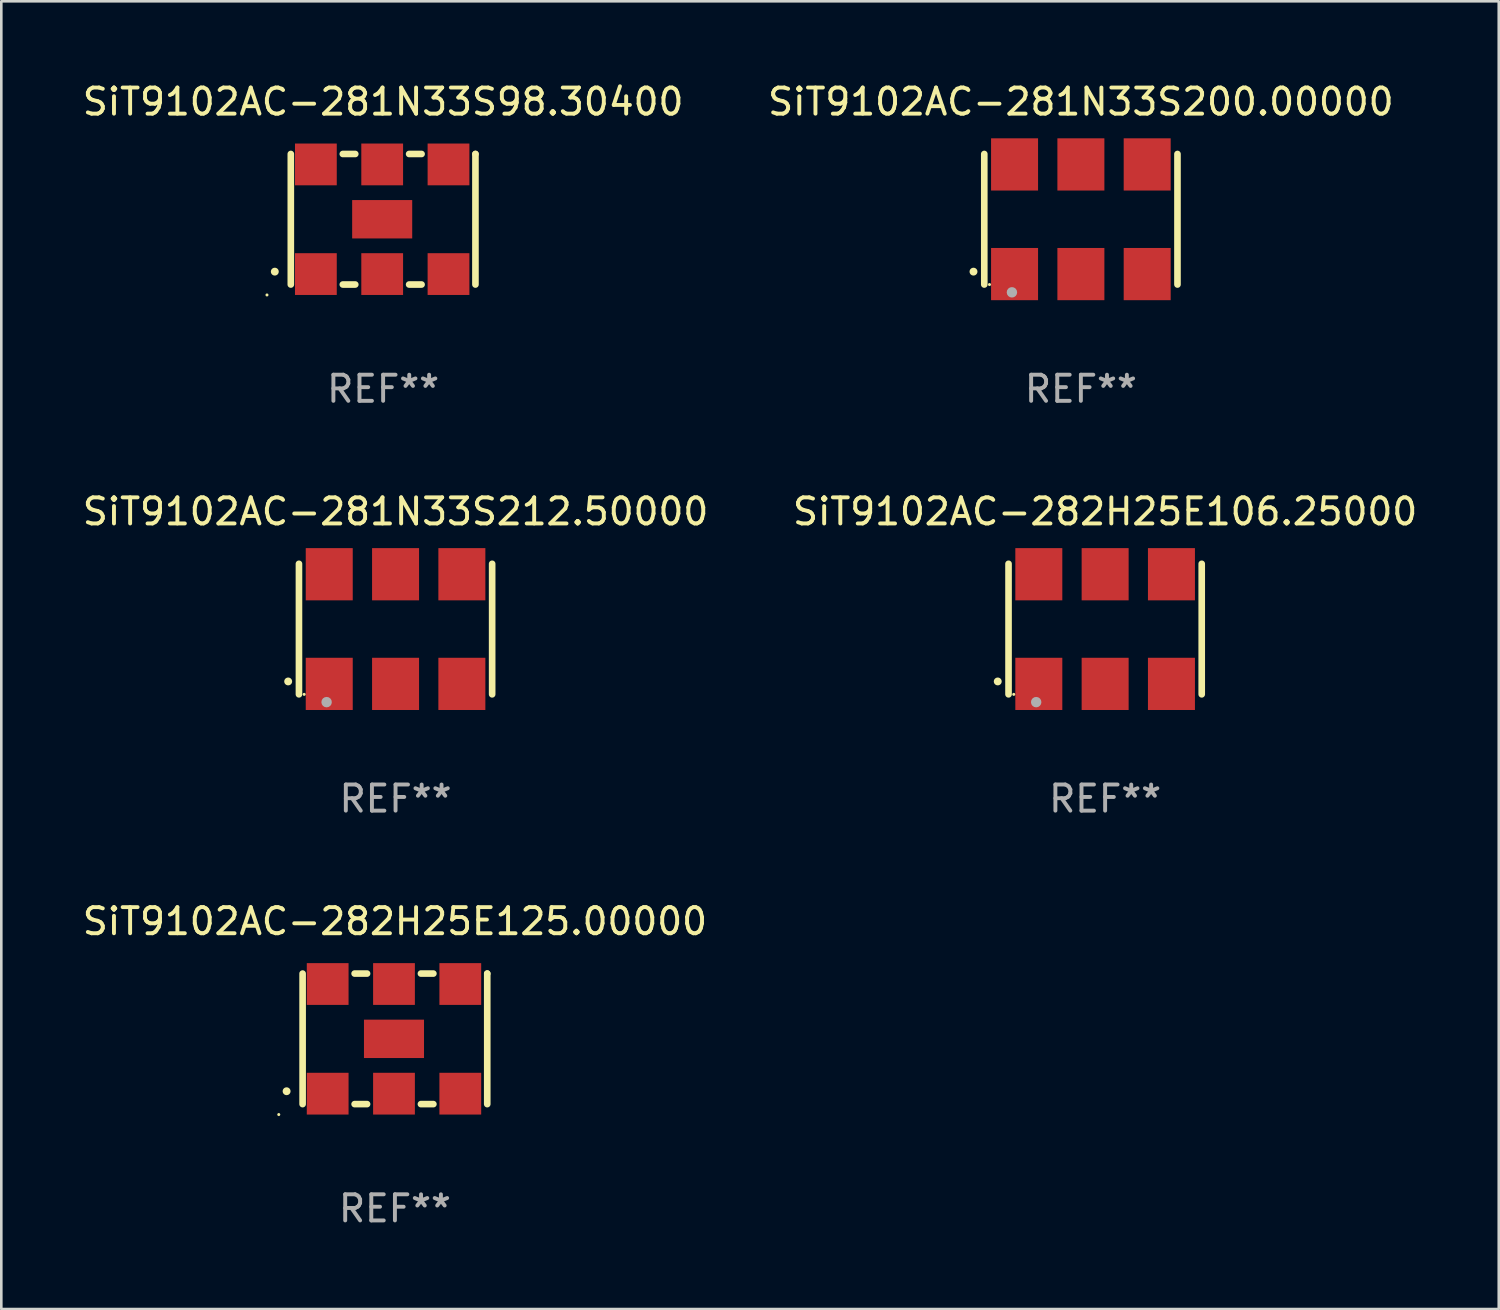
<source format=kicad_pcb>
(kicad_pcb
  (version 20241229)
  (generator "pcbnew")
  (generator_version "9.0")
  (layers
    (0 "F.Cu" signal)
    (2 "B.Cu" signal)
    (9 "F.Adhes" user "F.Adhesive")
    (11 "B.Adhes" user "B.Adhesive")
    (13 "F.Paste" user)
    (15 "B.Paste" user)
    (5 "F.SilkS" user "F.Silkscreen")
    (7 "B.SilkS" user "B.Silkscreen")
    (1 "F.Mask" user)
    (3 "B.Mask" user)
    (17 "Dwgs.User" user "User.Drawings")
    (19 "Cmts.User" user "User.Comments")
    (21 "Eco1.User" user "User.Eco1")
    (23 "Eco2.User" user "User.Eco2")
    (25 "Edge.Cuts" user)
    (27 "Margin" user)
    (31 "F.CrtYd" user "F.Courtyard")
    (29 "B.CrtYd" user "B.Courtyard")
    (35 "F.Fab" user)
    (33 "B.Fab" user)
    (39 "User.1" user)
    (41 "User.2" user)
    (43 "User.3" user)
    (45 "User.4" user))
  (footprint "SiT9102AC-281N33S212.50000"
    (layer "F.Cu")
    (at 12.101 21.045)
    (property "Reference" "SiT9102AC-281N33S212.50000" (at 0 -4.5 0) (layer "F.SilkS") (effects (font (size 1 1) (thickness 0.15))))
    (attr through_hole)
    (fp_line (start -3.7 -2.5) (end -3.7 2.5) (stroke (width 0.254) (type solid)) (layer "F.SilkS"))
    (fp_line (start 3.7 -2.5) (end 3.7 2.5) (stroke (width 0.254) (type solid)) (layer "F.SilkS"))
    (fp_arc (start -4.114415 2.006604) (mid -4.113145 2.006599) (end -4.111875 2.006604) (stroke (width 0.3) (type solid)) (layer "F.SilkS"))
    (fp_circle (center -3.5 2.501) (end -3.47 2.501) (stroke (width 0.06) (type solid)) (fill no) (layer "F.SilkS"))
    (fp_circle (center -2.641 2.799) (end -2.541 2.799) (stroke (width 0.2) (type solid)) (fill no) (layer "F.Fab"))
    (fp_text user "REF**" (at 0 6.5 0) (layer "F.Fab") (effects (font (size 1 1) (thickness 0.15))))
    (pad "1" smd rect (at -2.54 2.1) (size 1.8 2) (layers "F.Cu" "F.Mask" "F.Paste"))
    (pad "2" smd rect (at 0.000394 2.1) (size 1.8 2) (layers "F.Cu" "F.Mask" "F.Paste"))
    (pad "3" smd rect (at 2.54 2.1) (size 1.8 2) (layers "F.Cu" "F.Mask" "F.Paste"))
    (pad "4" smd rect (at 2.54 -2.1) (size 1.8 2) (layers "F.Cu" "F.Mask" "F.Paste"))
    (pad "5" smd rect (at 0.000394 -2.1) (size 1.8 2) (layers "F.Cu" "F.Mask" "F.Paste"))
    (pad "6" smd rect (at -2.54 -2.1) (size 1.8 2) (layers "F.Cu" "F.Mask" "F.Paste")))
  (footprint "SiT9102AC-281N33S200.00000"
    (layer "F.Cu")
    (at 38.351 5.348)
    (property "Reference" "SiT9102AC-281N33S200.00000" (at 0 -4.5 0) (layer "F.SilkS") (effects (font (size 1 1) (thickness 0.15))))
    (attr through_hole)
    (fp_line (start -3.7 -2.5) (end -3.7 2.5) (stroke (width 0.254) (type solid)) (layer "F.SilkS"))
    (fp_line (start 3.7 -2.5) (end 3.7 2.5) (stroke (width 0.254) (type solid)) (layer "F.SilkS"))
    (fp_arc (start -4.114415 2.006604) (mid -4.113145 2.006599) (end -4.111875 2.006604) (stroke (width 0.3) (type solid)) (layer "F.SilkS"))
    (fp_circle (center -3.5 2.501) (end -3.47 2.501) (stroke (width 0.06) (type solid)) (fill no) (layer "F.SilkS"))
    (fp_circle (center -2.641 2.799) (end -2.541 2.799) (stroke (width 0.2) (type solid)) (fill no) (layer "F.Fab"))
    (fp_text user "REF**" (at 0 6.5 0) (layer "F.Fab") (effects (font (size 1 1) (thickness 0.15))))
    (pad "1" smd rect (at -2.54 2.1) (size 1.8 2) (layers "F.Cu" "F.Mask" "F.Paste"))
    (pad "2" smd rect (at 0.000394 2.1) (size 1.8 2) (layers "F.Cu" "F.Mask" "F.Paste"))
    (pad "3" smd rect (at 2.54 2.1) (size 1.8 2) (layers "F.Cu" "F.Mask" "F.Paste"))
    (pad "4" smd rect (at 2.54 -2.1) (size 1.8 2) (layers "F.Cu" "F.Mask" "F.Paste"))
    (pad "5" smd rect (at 0.000394 -2.1) (size 1.8 2) (layers "F.Cu" "F.Mask" "F.Paste"))
    (pad "6" smd rect (at -2.54 -2.1) (size 1.8 2) (layers "F.Cu" "F.Mask" "F.Paste")))
  (footprint "SiT9102AC-281N33S98.30400"
    (layer "F.Cu")
    (at 11.625 5.348)
    (property "Reference" "SiT9102AC-281N33S98.30400" (at 0 -4.5 0) (layer "F.SilkS") (effects (font (size 1 1) (thickness 0.15))))
    (attr through_hole)
    (fp_line (start -3.536 -2.5) (end -3.536 2.5) (stroke (width 0.254) (type solid)) (layer "F.SilkS"))
    (fp_line (start -1.544 2.5) (end -1.067 2.5) (stroke (width 0.254) (type solid)) (layer "F.SilkS"))
    (fp_line (start -1.067 -2.5) (end -1.544 -2.5) (stroke (width 0.254) (type solid)) (layer "F.SilkS"))
    (fp_line (start 0.996 2.5) (end 1.473 2.5) (stroke (width 0.254) (type solid)) (layer "F.SilkS"))
    (fp_line (start 1.473 -2.5) (end 0.996 -2.5) (stroke (width 0.254) (type solid)) (layer "F.SilkS"))
    (fp_line (start 3.536 -2.5) (end 3.536 -2.5) (stroke (width 0.254) (type solid)) (layer "F.SilkS"))
    (fp_line (start 3.536 2.5) (end 3.536 -2.5) (stroke (width 0.254) (type solid)) (layer "F.SilkS"))
    (fp_arc (start -4.150432 2.006604) (mid -4.149162 2.006599) (end -4.147892 2.006604) (stroke (width 0.3) (type solid)) (layer "F.SilkS"))
    (fp_circle (center -4.449 2.9) (end -4.419 2.9) (stroke (width 0.06) (type solid)) (fill no) (layer "F.SilkS"))
    (fp_text user "REF**" (at 0 6.5 0) (layer "F.Fab") (effects (font (size 1 1) (thickness 0.15))))
    (pad "1" smd rect (at -2.576 2.1) (size 1.6 1.6) (layers "F.Cu" "F.Mask" "F.Paste"))
    (pad "2" smd rect (at -0.036 2.1) (size 1.6 1.6) (layers "F.Cu" "F.Mask" "F.Paste"))
    (pad "3" smd rect (at 2.504 2.1) (size 1.6 1.6) (layers "F.Cu" "F.Mask" "F.Paste"))
    (pad "4" smd rect (at 2.504 -2.1) (size 1.6 1.6) (layers "F.Cu" "F.Mask" "F.Paste"))
    (pad "5" smd rect (at -0.036 -2.1) (size 1.6 1.6) (layers "F.Cu" "F.Mask" "F.Paste"))
    (pad "6" smd rect (at -2.576 -2.1) (size 1.6 1.6) (layers "F.Cu" "F.Mask" "F.Paste"))
    (pad "7" smd rect (at -0.036 0) (size 2.3 1.47) (layers "F.Cu" "F.Mask" "F.Paste")))
  (footprint "SiT9102AC-282H25E125.00000"
    (layer "F.Cu")
    (at 12.077 36.741)
    (property "Reference" "SiT9102AC-282H25E125.00000" (at 0 -4.5 0) (layer "F.SilkS") (effects (font (size 1 1) (thickness 0.15))))
    (attr through_hole)
    (fp_line (start -3.536 -2.5) (end -3.536 2.5) (stroke (width 0.254) (type solid)) (layer "F.SilkS"))
    (fp_line (start -1.544 2.5) (end -1.067 2.5) (stroke (width 0.254) (type solid)) (layer "F.SilkS"))
    (fp_line (start -1.067 -2.5) (end -1.544 -2.5) (stroke (width 0.254) (type solid)) (layer "F.SilkS"))
    (fp_line (start 0.996 2.5) (end 1.473 2.5) (stroke (width 0.254) (type solid)) (layer "F.SilkS"))
    (fp_line (start 1.473 -2.5) (end 0.996 -2.5) (stroke (width 0.254) (type solid)) (layer "F.SilkS"))
    (fp_line (start 3.536 -2.5) (end 3.536 -2.5) (stroke (width 0.254) (type solid)) (layer "F.SilkS"))
    (fp_line (start 3.536 2.5) (end 3.536 -2.5) (stroke (width 0.254) (type solid)) (layer "F.SilkS"))
    (fp_arc (start -4.150432 2.006604) (mid -4.149162 2.006599) (end -4.147892 2.006604) (stroke (width 0.3) (type solid)) (layer "F.SilkS"))
    (fp_circle (center -4.449 2.9) (end -4.419 2.9) (stroke (width 0.06) (type solid)) (fill no) (layer "F.SilkS"))
    (fp_text user "REF**" (at 0 6.5 0) (layer "F.Fab") (effects (font (size 1 1) (thickness 0.15))))
    (pad "1" smd rect (at -2.576 2.1) (size 1.6 1.6) (layers "F.Cu" "F.Mask" "F.Paste"))
    (pad "2" smd rect (at -0.036 2.1) (size 1.6 1.6) (layers "F.Cu" "F.Mask" "F.Paste"))
    (pad "3" smd rect (at 2.504 2.1) (size 1.6 1.6) (layers "F.Cu" "F.Mask" "F.Paste"))
    (pad "4" smd rect (at 2.504 -2.1) (size 1.6 1.6) (layers "F.Cu" "F.Mask" "F.Paste"))
    (pad "5" smd rect (at -0.036 -2.1) (size 1.6 1.6) (layers "F.Cu" "F.Mask" "F.Paste"))
    (pad "6" smd rect (at -2.576 -2.1) (size 1.6 1.6) (layers "F.Cu" "F.Mask" "F.Paste"))
    (pad "7" smd rect (at -0.036 0) (size 2.3 1.47) (layers "F.Cu" "F.Mask" "F.Paste")))
  (footprint "SiT9102AC-282H25E106.25000"
    (layer "F.Cu")
    (at 39.28 21.045)
    (property "Reference" "SiT9102AC-282H25E106.25000" (at 0 -4.5 0) (layer "F.SilkS") (effects (font (size 1 1) (thickness 0.15))))
    (attr through_hole)
    (fp_line (start -3.7 -2.5) (end -3.7 2.5) (stroke (width 0.254) (type solid)) (layer "F.SilkS"))
    (fp_line (start 3.7 -2.5) (end 3.7 2.5) (stroke (width 0.254) (type solid)) (layer "F.SilkS"))
    (fp_arc (start -4.114415 2.006604) (mid -4.113145 2.006599) (end -4.111875 2.006604) (stroke (width 0.3) (type solid)) (layer "F.SilkS"))
    (fp_circle (center -3.5 2.501) (end -3.47 2.501) (stroke (width 0.06) (type solid)) (fill no) (layer "F.SilkS"))
    (fp_circle (center -2.641 2.799) (end -2.541 2.799) (stroke (width 0.2) (type solid)) (fill no) (layer "F.Fab"))
    (fp_text user "REF**" (at 0 6.5 0) (layer "F.Fab") (effects (font (size 1 1) (thickness 0.15))))
    (pad "1" smd rect (at -2.54 2.1) (size 1.8 2) (layers "F.Cu" "F.Mask" "F.Paste"))
    (pad "2" smd rect (at 0.000394 2.1) (size 1.8 2) (layers "F.Cu" "F.Mask" "F.Paste"))
    (pad "3" smd rect (at 2.54 2.1) (size 1.8 2) (layers "F.Cu" "F.Mask" "F.Paste"))
    (pad "4" smd rect (at 2.54 -2.1) (size 1.8 2) (layers "F.Cu" "F.Mask" "F.Paste"))
    (pad "5" smd rect (at 0.000394 -2.1) (size 1.8 2) (layers "F.Cu" "F.Mask" "F.Paste"))
    (pad "6" smd rect (at -2.54 -2.1) (size 1.8 2) (layers "F.Cu" "F.Mask" "F.Paste")))
  (gr_rect
    (start -3 -3)
    (end 54.357 47.09)
    (stroke (width 0.1) (type default))
    (fill no)
    (layer "Edge.Cuts")))
</source>
